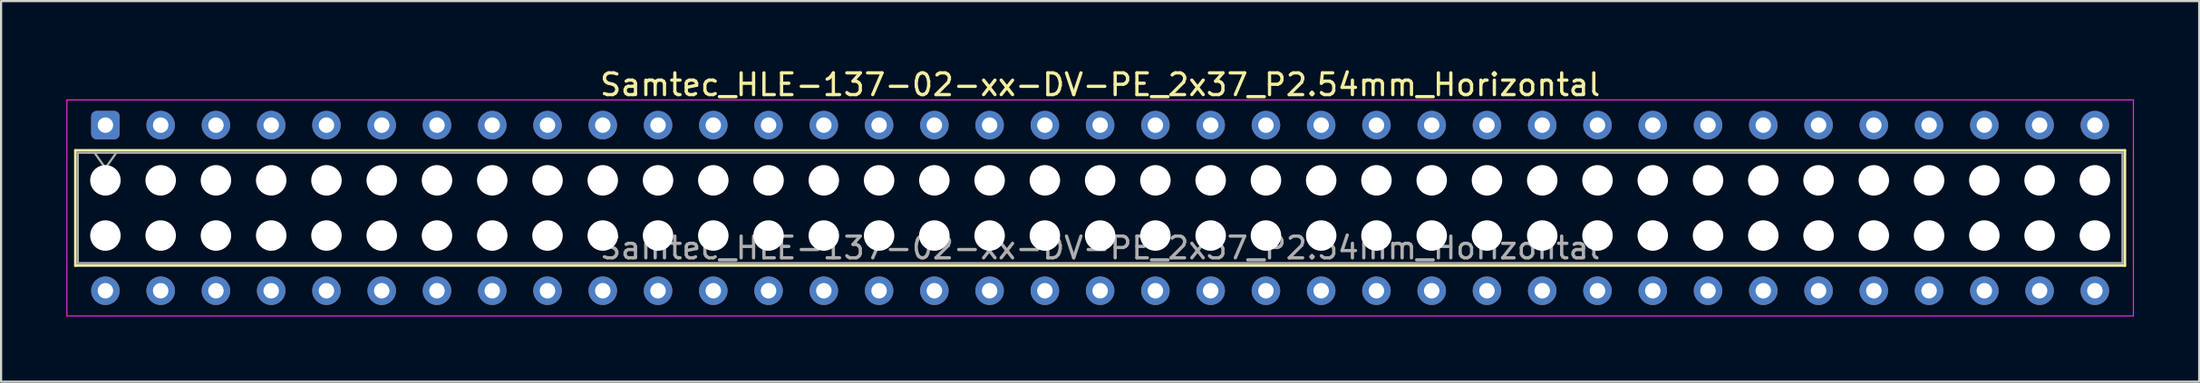
<source format=kicad_pcb>
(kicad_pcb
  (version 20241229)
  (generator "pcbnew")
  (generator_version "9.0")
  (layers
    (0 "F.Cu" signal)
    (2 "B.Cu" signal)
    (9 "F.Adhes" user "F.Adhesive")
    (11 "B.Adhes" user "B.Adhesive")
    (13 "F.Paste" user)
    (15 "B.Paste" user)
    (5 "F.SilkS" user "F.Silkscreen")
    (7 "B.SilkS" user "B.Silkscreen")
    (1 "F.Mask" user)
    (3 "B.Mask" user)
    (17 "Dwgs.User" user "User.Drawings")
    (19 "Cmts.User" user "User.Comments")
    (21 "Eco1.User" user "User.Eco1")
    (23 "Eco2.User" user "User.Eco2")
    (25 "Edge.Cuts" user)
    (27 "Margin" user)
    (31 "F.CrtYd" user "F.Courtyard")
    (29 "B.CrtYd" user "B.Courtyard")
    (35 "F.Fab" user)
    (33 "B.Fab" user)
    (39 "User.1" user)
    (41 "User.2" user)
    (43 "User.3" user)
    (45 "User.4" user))
  (footprint "Samtec_HLE-137-02-xx-DV-PE_2x37_P2.54mm_Horizontal"
    (layer "F.Cu")
    (at 1.795 2.708)
    (property "Reference" "Samtec_HLE-137-02-xx-DV-PE_2x37_P2.54mm_Horizontal" (at 45.72 -1.86 0) (layer "F.SilkS") (effects (font (size 1 1) (thickness 0.15))))
    (attr through_hole)
    (fp_line (start -1.38 1.16) (end 92.82 1.16) (stroke (width 0.12) (type solid)) (layer "F.SilkS"))
    (fp_line (start -1.38 6.46) (end -1.38 1.16) (stroke (width 0.12) (type solid)) (layer "F.SilkS"))
    (fp_line (start 92.82 1.16) (end 92.82 6.46) (stroke (width 0.12) (type solid)) (layer "F.SilkS"))
    (fp_line (start 92.82 6.46) (end -1.38 6.46) (stroke (width 0.12) (type solid)) (layer "F.SilkS"))
    (fp_line (start -1.77 -1.16) (end 93.21 -1.16) (stroke (width 0.05) (type solid)) (layer "F.CrtYd"))
    (fp_line (start -1.77 8.78) (end -1.77 -1.16) (stroke (width 0.05) (type solid)) (layer "F.CrtYd"))
    (fp_line (start 93.21 -1.16) (end 93.21 8.78) (stroke (width 0.05) (type solid)) (layer "F.CrtYd"))
    (fp_line (start 93.21 8.78) (end -1.77 8.78) (stroke (width 0.05) (type solid)) (layer "F.CrtYd"))
    (fp_line (start -1.27 1.27) (end 92.71 1.27) (stroke (width 0.1) (type solid)) (layer "F.Fab"))
    (fp_line (start -1.27 6.35) (end -1.27 1.27) (stroke (width 0.1) (type solid)) (layer "F.Fab"))
    (fp_line (start -0.5 1.27) (end 0 1.977) (stroke (width 0.1) (type solid)) (layer "F.Fab"))
    (fp_line (start 0 1.977) (end 0.5 1.27) (stroke (width 0.1) (type solid)) (layer "F.Fab"))
    (fp_line (start 92.71 1.27) (end 92.71 6.35) (stroke (width 0.1) (type solid)) (layer "F.Fab"))
    (fp_line (start 92.71 6.35) (end -1.27 6.35) (stroke (width 0.1) (type solid)) (layer "F.Fab"))
    (fp_text user "${REFERENCE}" (at 45.72 5.65 0) (layer "F.Fab") (effects (font (size 1 1) (thickness 0.15))))
    (pad "" np_thru_hole circle (at 0 2.54) (size 1.4 1.4) (drill 1.4) (layers "*.Cu" "*.Mask"))
    (pad "" np_thru_hole circle (at 0 5.08) (size 1.4 1.4) (drill 1.4) (layers "*.Cu" "*.Mask"))
    (pad "" np_thru_hole circle (at 2.54 2.54) (size 1.4 1.4) (drill 1.4) (layers "*.Cu" "*.Mask"))
    (pad "" np_thru_hole circle (at 2.54 5.08) (size 1.4 1.4) (drill 1.4) (layers "*.Cu" "*.Mask"))
    (pad "" np_thru_hole circle (at 5.08 2.54) (size 1.4 1.4) (drill 1.4) (layers "*.Cu" "*.Mask"))
    (pad "" np_thru_hole circle (at 5.08 5.08) (size 1.4 1.4) (drill 1.4) (layers "*.Cu" "*.Mask"))
    (pad "" np_thru_hole circle (at 7.62 2.54) (size 1.4 1.4) (drill 1.4) (layers "*.Cu" "*.Mask"))
    (pad "" np_thru_hole circle (at 7.62 5.08) (size 1.4 1.4) (drill 1.4) (layers "*.Cu" "*.Mask"))
    (pad "" np_thru_hole circle (at 10.16 2.54) (size 1.4 1.4) (drill 1.4) (layers "*.Cu" "*.Mask"))
    (pad "" np_thru_hole circle (at 10.16 5.08) (size 1.4 1.4) (drill 1.4) (layers "*.Cu" "*.Mask"))
    (pad "" np_thru_hole circle (at 12.7 2.54) (size 1.4 1.4) (drill 1.4) (layers "*.Cu" "*.Mask"))
    (pad "" np_thru_hole circle (at 12.7 5.08) (size 1.4 1.4) (drill 1.4) (layers "*.Cu" "*.Mask"))
    (pad "" np_thru_hole circle (at 15.24 2.54) (size 1.4 1.4) (drill 1.4) (layers "*.Cu" "*.Mask"))
    (pad "" np_thru_hole circle (at 15.24 5.08) (size 1.4 1.4) (drill 1.4) (layers "*.Cu" "*.Mask"))
    (pad "" np_thru_hole circle (at 17.78 2.54) (size 1.4 1.4) (drill 1.4) (layers "*.Cu" "*.Mask"))
    (pad "" np_thru_hole circle (at 17.78 5.08) (size 1.4 1.4) (drill 1.4) (layers "*.Cu" "*.Mask"))
    (pad "" np_thru_hole circle (at 20.32 2.54) (size 1.4 1.4) (drill 1.4) (layers "*.Cu" "*.Mask"))
    (pad "" np_thru_hole circle (at 20.32 5.08) (size 1.4 1.4) (drill 1.4) (layers "*.Cu" "*.Mask"))
    (pad "" np_thru_hole circle (at 22.86 2.54) (size 1.4 1.4) (drill 1.4) (layers "*.Cu" "*.Mask"))
    (pad "" np_thru_hole circle (at 22.86 5.08) (size 1.4 1.4) (drill 1.4) (layers "*.Cu" "*.Mask"))
    (pad "" np_thru_hole circle (at 25.4 2.54) (size 1.4 1.4) (drill 1.4) (layers "*.Cu" "*.Mask"))
    (pad "" np_thru_hole circle (at 25.4 5.08) (size 1.4 1.4) (drill 1.4) (layers "*.Cu" "*.Mask"))
    (pad "" np_thru_hole circle (at 27.94 2.54) (size 1.4 1.4) (drill 1.4) (layers "*.Cu" "*.Mask"))
    (pad "" np_thru_hole circle (at 27.94 5.08) (size 1.4 1.4) (drill 1.4) (layers "*.Cu" "*.Mask"))
    (pad "" np_thru_hole circle (at 30.48 2.54) (size 1.4 1.4) (drill 1.4) (layers "*.Cu" "*.Mask"))
    (pad "" np_thru_hole circle (at 30.48 5.08) (size 1.4 1.4) (drill 1.4) (layers "*.Cu" "*.Mask"))
    (pad "" np_thru_hole circle (at 33.02 2.54) (size 1.4 1.4) (drill 1.4) (layers "*.Cu" "*.Mask"))
    (pad "" np_thru_hole circle (at 33.02 5.08) (size 1.4 1.4) (drill 1.4) (layers "*.Cu" "*.Mask"))
    (pad "" np_thru_hole circle (at 35.56 2.54) (size 1.4 1.4) (drill 1.4) (layers "*.Cu" "*.Mask"))
    (pad "" np_thru_hole circle (at 35.56 5.08) (size 1.4 1.4) (drill 1.4) (layers "*.Cu" "*.Mask"))
    (pad "" np_thru_hole circle (at 38.1 2.54) (size 1.4 1.4) (drill 1.4) (layers "*.Cu" "*.Mask"))
    (pad "" np_thru_hole circle (at 38.1 5.08) (size 1.4 1.4) (drill 1.4) (layers "*.Cu" "*.Mask"))
    (pad "" np_thru_hole circle (at 40.64 2.54) (size 1.4 1.4) (drill 1.4) (layers "*.Cu" "*.Mask"))
    (pad "" np_thru_hole circle (at 40.64 5.08) (size 1.4 1.4) (drill 1.4) (layers "*.Cu" "*.Mask"))
    (pad "" np_thru_hole circle (at 43.18 2.54) (size 1.4 1.4) (drill 1.4) (layers "*.Cu" "*.Mask"))
    (pad "" np_thru_hole circle (at 43.18 5.08) (size 1.4 1.4) (drill 1.4) (layers "*.Cu" "*.Mask"))
    (pad "" np_thru_hole circle (at 45.72 2.54) (size 1.4 1.4) (drill 1.4) (layers "*.Cu" "*.Mask"))
    (pad "" np_thru_hole circle (at 45.72 5.08) (size 1.4 1.4) (drill 1.4) (layers "*.Cu" "*.Mask"))
    (pad "" np_thru_hole circle (at 48.26 2.54) (size 1.4 1.4) (drill 1.4) (layers "*.Cu" "*.Mask"))
    (pad "" np_thru_hole circle (at 48.26 5.08) (size 1.4 1.4) (drill 1.4) (layers "*.Cu" "*.Mask"))
    (pad "" np_thru_hole circle (at 50.8 2.54) (size 1.4 1.4) (drill 1.4) (layers "*.Cu" "*.Mask"))
    (pad "" np_thru_hole circle (at 50.8 5.08) (size 1.4 1.4) (drill 1.4) (layers "*.Cu" "*.Mask"))
    (pad "" np_thru_hole circle (at 53.34 2.54) (size 1.4 1.4) (drill 1.4) (layers "*.Cu" "*.Mask"))
    (pad "" np_thru_hole circle (at 53.34 5.08) (size 1.4 1.4) (drill 1.4) (layers "*.Cu" "*.Mask"))
    (pad "" np_thru_hole circle (at 55.88 2.54) (size 1.4 1.4) (drill 1.4) (layers "*.Cu" "*.Mask"))
    (pad "" np_thru_hole circle (at 55.88 5.08) (size 1.4 1.4) (drill 1.4) (layers "*.Cu" "*.Mask"))
    (pad "" np_thru_hole circle (at 58.42 2.54) (size 1.4 1.4) (drill 1.4) (layers "*.Cu" "*.Mask"))
    (pad "" np_thru_hole circle (at 58.42 5.08) (size 1.4 1.4) (drill 1.4) (layers "*.Cu" "*.Mask"))
    (pad "" np_thru_hole circle (at 60.96 2.54) (size 1.4 1.4) (drill 1.4) (layers "*.Cu" "*.Mask"))
    (pad "" np_thru_hole circle (at 60.96 5.08) (size 1.4 1.4) (drill 1.4) (layers "*.Cu" "*.Mask"))
    (pad "" np_thru_hole circle (at 63.5 2.54) (size 1.4 1.4) (drill 1.4) (layers "*.Cu" "*.Mask"))
    (pad "" np_thru_hole circle (at 63.5 5.08) (size 1.4 1.4) (drill 1.4) (layers "*.Cu" "*.Mask"))
    (pad "" np_thru_hole circle (at 66.04 2.54) (size 1.4 1.4) (drill 1.4) (layers "*.Cu" "*.Mask"))
    (pad "" np_thru_hole circle (at 66.04 5.08) (size 1.4 1.4) (drill 1.4) (layers "*.Cu" "*.Mask"))
    (pad "" np_thru_hole circle (at 68.58 2.54) (size 1.4 1.4) (drill 1.4) (layers "*.Cu" "*.Mask"))
    (pad "" np_thru_hole circle (at 68.58 5.08) (size 1.4 1.4) (drill 1.4) (layers "*.Cu" "*.Mask"))
    (pad "" np_thru_hole circle (at 71.12 2.54) (size 1.4 1.4) (drill 1.4) (layers "*.Cu" "*.Mask"))
    (pad "" np_thru_hole circle (at 71.12 5.08) (size 1.4 1.4) (drill 1.4) (layers "*.Cu" "*.Mask"))
    (pad "" np_thru_hole circle (at 73.66 2.54) (size 1.4 1.4) (drill 1.4) (layers "*.Cu" "*.Mask"))
    (pad "" np_thru_hole circle (at 73.66 5.08) (size 1.4 1.4) (drill 1.4) (layers "*.Cu" "*.Mask"))
    (pad "" np_thru_hole circle (at 76.2 2.54) (size 1.4 1.4) (drill 1.4) (layers "*.Cu" "*.Mask"))
    (pad "" np_thru_hole circle (at 76.2 5.08) (size 1.4 1.4) (drill 1.4) (layers "*.Cu" "*.Mask"))
    (pad "" np_thru_hole circle (at 78.74 2.54) (size 1.4 1.4) (drill 1.4) (layers "*.Cu" "*.Mask"))
    (pad "" np_thru_hole circle (at 78.74 5.08) (size 1.4 1.4) (drill 1.4) (layers "*.Cu" "*.Mask"))
    (pad "" np_thru_hole circle (at 81.28 2.54) (size 1.4 1.4) (drill 1.4) (layers "*.Cu" "*.Mask"))
    (pad "" np_thru_hole circle (at 81.28 5.08) (size 1.4 1.4) (drill 1.4) (layers "*.Cu" "*.Mask"))
    (pad "" np_thru_hole circle (at 83.82 2.54) (size 1.4 1.4) (drill 1.4) (layers "*.Cu" "*.Mask"))
    (pad "" np_thru_hole circle (at 83.82 5.08) (size 1.4 1.4) (drill 1.4) (layers "*.Cu" "*.Mask"))
    (pad "" np_thru_hole circle (at 86.36 2.54) (size 1.4 1.4) (drill 1.4) (layers "*.Cu" "*.Mask"))
    (pad "" np_thru_hole circle (at 86.36 5.08) (size 1.4 1.4) (drill 1.4) (layers "*.Cu" "*.Mask"))
    (pad "" np_thru_hole circle (at 88.9 2.54) (size 1.4 1.4) (drill 1.4) (layers "*.Cu" "*.Mask"))
    (pad "" np_thru_hole circle (at 88.9 5.08) (size 1.4 1.4) (drill 1.4) (layers "*.Cu" "*.Mask"))
    (pad "" np_thru_hole circle (at 91.44 2.54) (size 1.4 1.4) (drill 1.4) (layers "*.Cu" "*.Mask"))
    (pad "" np_thru_hole circle (at 91.44 5.08) (size 1.4 1.4) (drill 1.4) (layers "*.Cu" "*.Mask"))
    (pad "1" thru_hole roundrect (at 0 0) (size 1.31 1.31) (drill 0.71) (layers "*.Cu" "*.Mask") (roundrect_rratio 0.191))
    (pad "2" thru_hole circle (at 0 7.62) (size 1.31 1.31) (drill 0.71) (layers "*.Cu" "*.Mask"))
    (pad "3" thru_hole circle (at 2.54 0) (size 1.31 1.31) (drill 0.71) (layers "*.Cu" "*.Mask"))
    (pad "4" thru_hole circle (at 2.54 7.62) (size 1.31 1.31) (drill 0.71) (layers "*.Cu" "*.Mask"))
    (pad "5" thru_hole circle (at 5.08 0) (size 1.31 1.31) (drill 0.71) (layers "*.Cu" "*.Mask"))
    (pad "6" thru_hole circle (at 5.08 7.62) (size 1.31 1.31) (drill 0.71) (layers "*.Cu" "*.Mask"))
    (pad "7" thru_hole circle (at 7.62 0) (size 1.31 1.31) (drill 0.71) (layers "*.Cu" "*.Mask"))
    (pad "8" thru_hole circle (at 7.62 7.62) (size 1.31 1.31) (drill 0.71) (layers "*.Cu" "*.Mask"))
    (pad "9" thru_hole circle (at 10.16 0) (size 1.31 1.31) (drill 0.71) (layers "*.Cu" "*.Mask"))
    (pad "10" thru_hole circle (at 10.16 7.62) (size 1.31 1.31) (drill 0.71) (layers "*.Cu" "*.Mask"))
    (pad "11" thru_hole circle (at 12.7 0) (size 1.31 1.31) (drill 0.71) (layers "*.Cu" "*.Mask"))
    (pad "12" thru_hole circle (at 12.7 7.62) (size 1.31 1.31) (drill 0.71) (layers "*.Cu" "*.Mask"))
    (pad "13" thru_hole circle (at 15.24 0) (size 1.31 1.31) (drill 0.71) (layers "*.Cu" "*.Mask"))
    (pad "14" thru_hole circle (at 15.24 7.62) (size 1.31 1.31) (drill 0.71) (layers "*.Cu" "*.Mask"))
    (pad "15" thru_hole circle (at 17.78 0) (size 1.31 1.31) (drill 0.71) (layers "*.Cu" "*.Mask"))
    (pad "16" thru_hole circle (at 17.78 7.62) (size 1.31 1.31) (drill 0.71) (layers "*.Cu" "*.Mask"))
    (pad "17" thru_hole circle (at 20.32 0) (size 1.31 1.31) (drill 0.71) (layers "*.Cu" "*.Mask"))
    (pad "18" thru_hole circle (at 20.32 7.62) (size 1.31 1.31) (drill 0.71) (layers "*.Cu" "*.Mask"))
    (pad "19" thru_hole circle (at 22.86 0) (size 1.31 1.31) (drill 0.71) (layers "*.Cu" "*.Mask"))
    (pad "20" thru_hole circle (at 22.86 7.62) (size 1.31 1.31) (drill 0.71) (layers "*.Cu" "*.Mask"))
    (pad "21" thru_hole circle (at 25.4 0) (size 1.31 1.31) (drill 0.71) (layers "*.Cu" "*.Mask"))
    (pad "22" thru_hole circle (at 25.4 7.62) (size 1.31 1.31) (drill 0.71) (layers "*.Cu" "*.Mask"))
    (pad "23" thru_hole circle (at 27.94 0) (size 1.31 1.31) (drill 0.71) (layers "*.Cu" "*.Mask"))
    (pad "24" thru_hole circle (at 27.94 7.62) (size 1.31 1.31) (drill 0.71) (layers "*.Cu" "*.Mask"))
    (pad "25" thru_hole circle (at 30.48 0) (size 1.31 1.31) (drill 0.71) (layers "*.Cu" "*.Mask"))
    (pad "26" thru_hole circle (at 30.48 7.62) (size 1.31 1.31) (drill 0.71) (layers "*.Cu" "*.Mask"))
    (pad "27" thru_hole circle (at 33.02 0) (size 1.31 1.31) (drill 0.71) (layers "*.Cu" "*.Mask"))
    (pad "28" thru_hole circle (at 33.02 7.62) (size 1.31 1.31) (drill 0.71) (layers "*.Cu" "*.Mask"))
    (pad "29" thru_hole circle (at 35.56 0) (size 1.31 1.31) (drill 0.71) (layers "*.Cu" "*.Mask"))
    (pad "30" thru_hole circle (at 35.56 7.62) (size 1.31 1.31) (drill 0.71) (layers "*.Cu" "*.Mask"))
    (pad "31" thru_hole circle (at 38.1 0) (size 1.31 1.31) (drill 0.71) (layers "*.Cu" "*.Mask"))
    (pad "32" thru_hole circle (at 38.1 7.62) (size 1.31 1.31) (drill 0.71) (layers "*.Cu" "*.Mask"))
    (pad "33" thru_hole circle (at 40.64 0) (size 1.31 1.31) (drill 0.71) (layers "*.Cu" "*.Mask"))
    (pad "34" thru_hole circle (at 40.64 7.62) (size 1.31 1.31) (drill 0.71) (layers "*.Cu" "*.Mask"))
    (pad "35" thru_hole circle (at 43.18 0) (size 1.31 1.31) (drill 0.71) (layers "*.Cu" "*.Mask"))
    (pad "36" thru_hole circle (at 43.18 7.62) (size 1.31 1.31) (drill 0.71) (layers "*.Cu" "*.Mask"))
    (pad "37" thru_hole circle (at 45.72 0) (size 1.31 1.31) (drill 0.71) (layers "*.Cu" "*.Mask"))
    (pad "38" thru_hole circle (at 45.72 7.62) (size 1.31 1.31) (drill 0.71) (layers "*.Cu" "*.Mask"))
    (pad "39" thru_hole circle (at 48.26 0) (size 1.31 1.31) (drill 0.71) (layers "*.Cu" "*.Mask"))
    (pad "40" thru_hole circle (at 48.26 7.62) (size 1.31 1.31) (drill 0.71) (layers "*.Cu" "*.Mask"))
    (pad "41" thru_hole circle (at 50.8 0) (size 1.31 1.31) (drill 0.71) (layers "*.Cu" "*.Mask"))
    (pad "42" thru_hole circle (at 50.8 7.62) (size 1.31 1.31) (drill 0.71) (layers "*.Cu" "*.Mask"))
    (pad "43" thru_hole circle (at 53.34 0) (size 1.31 1.31) (drill 0.71) (layers "*.Cu" "*.Mask"))
    (pad "44" thru_hole circle (at 53.34 7.62) (size 1.31 1.31) (drill 0.71) (layers "*.Cu" "*.Mask"))
    (pad "45" thru_hole circle (at 55.88 0) (size 1.31 1.31) (drill 0.71) (layers "*.Cu" "*.Mask"))
    (pad "46" thru_hole circle (at 55.88 7.62) (size 1.31 1.31) (drill 0.71) (layers "*.Cu" "*.Mask"))
    (pad "47" thru_hole circle (at 58.42 0) (size 1.31 1.31) (drill 0.71) (layers "*.Cu" "*.Mask"))
    (pad "48" thru_hole circle (at 58.42 7.62) (size 1.31 1.31) (drill 0.71) (layers "*.Cu" "*.Mask"))
    (pad "49" thru_hole circle (at 60.96 0) (size 1.31 1.31) (drill 0.71) (layers "*.Cu" "*.Mask"))
    (pad "50" thru_hole circle (at 60.96 7.62) (size 1.31 1.31) (drill 0.71) (layers "*.Cu" "*.Mask"))
    (pad "51" thru_hole circle (at 63.5 0) (size 1.31 1.31) (drill 0.71) (layers "*.Cu" "*.Mask"))
    (pad "52" thru_hole circle (at 63.5 7.62) (size 1.31 1.31) (drill 0.71) (layers "*.Cu" "*.Mask"))
    (pad "53" thru_hole circle (at 66.04 0) (size 1.31 1.31) (drill 0.71) (layers "*.Cu" "*.Mask"))
    (pad "54" thru_hole circle (at 66.04 7.62) (size 1.31 1.31) (drill 0.71) (layers "*.Cu" "*.Mask"))
    (pad "55" thru_hole circle (at 68.58 0) (size 1.31 1.31) (drill 0.71) (layers "*.Cu" "*.Mask"))
    (pad "56" thru_hole circle (at 68.58 7.62) (size 1.31 1.31) (drill 0.71) (layers "*.Cu" "*.Mask"))
    (pad "57" thru_hole circle (at 71.12 0) (size 1.31 1.31) (drill 0.71) (layers "*.Cu" "*.Mask"))
    (pad "58" thru_hole circle (at 71.12 7.62) (size 1.31 1.31) (drill 0.71) (layers "*.Cu" "*.Mask"))
    (pad "59" thru_hole circle (at 73.66 0) (size 1.31 1.31) (drill 0.71) (layers "*.Cu" "*.Mask"))
    (pad "60" thru_hole circle (at 73.66 7.62) (size 1.31 1.31) (drill 0.71) (layers "*.Cu" "*.Mask"))
    (pad "61" thru_hole circle (at 76.2 0) (size 1.31 1.31) (drill 0.71) (layers "*.Cu" "*.Mask"))
    (pad "62" thru_hole circle (at 76.2 7.62) (size 1.31 1.31) (drill 0.71) (layers "*.Cu" "*.Mask"))
    (pad "63" thru_hole circle (at 78.74 0) (size 1.31 1.31) (drill 0.71) (layers "*.Cu" "*.Mask"))
    (pad "64" thru_hole circle (at 78.74 7.62) (size 1.31 1.31) (drill 0.71) (layers "*.Cu" "*.Mask"))
    (pad "65" thru_hole circle (at 81.28 0) (size 1.31 1.31) (drill 0.71) (layers "*.Cu" "*.Mask"))
    (pad "66" thru_hole circle (at 81.28 7.62) (size 1.31 1.31) (drill 0.71) (layers "*.Cu" "*.Mask"))
    (pad "67" thru_hole circle (at 83.82 0) (size 1.31 1.31) (drill 0.71) (layers "*.Cu" "*.Mask"))
    (pad "68" thru_hole circle (at 83.82 7.62) (size 1.31 1.31) (drill 0.71) (layers "*.Cu" "*.Mask"))
    (pad "69" thru_hole circle (at 86.36 0) (size 1.31 1.31) (drill 0.71) (layers "*.Cu" "*.Mask"))
    (pad "70" thru_hole circle (at 86.36 7.62) (size 1.31 1.31) (drill 0.71) (layers "*.Cu" "*.Mask"))
    (pad "71" thru_hole circle (at 88.9 0) (size 1.31 1.31) (drill 0.71) (layers "*.Cu" "*.Mask"))
    (pad "72" thru_hole circle (at 88.9 7.62) (size 1.31 1.31) (drill 0.71) (layers "*.Cu" "*.Mask"))
    (pad "73" thru_hole circle (at 91.44 0) (size 1.31 1.31) (drill 0.71) (layers "*.Cu" "*.Mask"))
    (pad "74" thru_hole circle (at 91.44 7.62) (size 1.31 1.31) (drill 0.71) (layers "*.Cu" "*.Mask")))
  (gr_rect
    (start -3 -3)
    (end 98.03 14.513)
    (stroke (width 0.1) (type default))
    (fill no)
    (layer "Edge.Cuts")))
</source>
